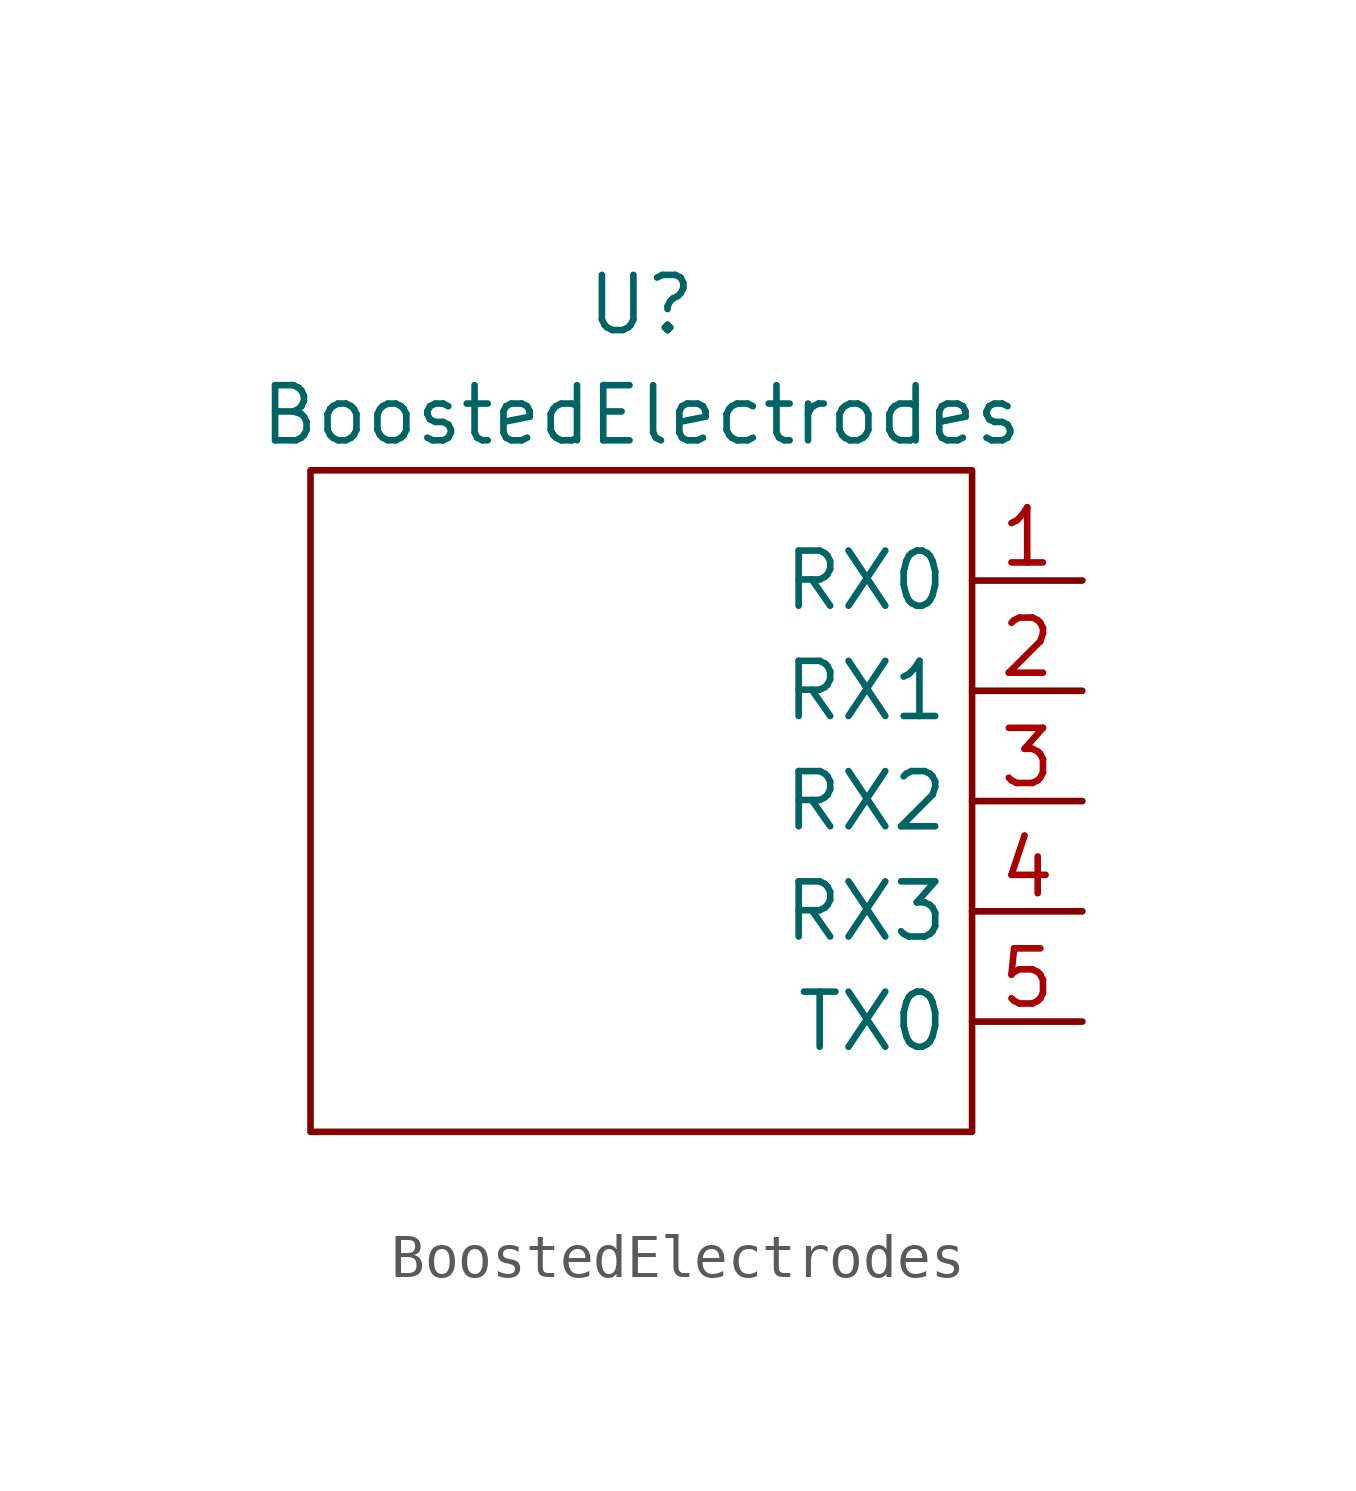
<source format=kicad_sym>
(kicad_symbol_lib
  (version 20211014)
  (generator kicad_symbol_editor)
  (symbol "BoostedElectrodes"
    (property "Reference" "U"
      (at 0 3.81 0)
      (effects (font (size 1.27 1.27))))
    (property "Value" "BoostedElectrodes"
      (at 0 1.27 0)
      (effects (font (size 1.27 1.27))))
    (symbol "BoostedElectrodes_0_1"
      (rectangle (start -7.62 0) (end 7.62 -15.24) (stroke (width 0.152) (type default) (color 0 0 0 0)) (fill (type none))))
    (symbol "BoostedElectrodes_1_1"
      (pin bidirectional line (at 10.16 -2.54 180) (length 2.54) (name "RX0" (effects (font (size 1.27 1.27)))) (number "1" (effects (font (size 1.27 1.27)))))
      (pin bidirectional line (at 10.16 -5.08 180) (length 2.54) (name "RX1" (effects (font (size 1.27 1.27)))) (number "2" (effects (font (size 1.27 1.27)))))
      (pin bidirectional line (at 10.16 -7.62 180) (length 2.54) (name "RX2" (effects (font (size 1.27 1.27)))) (number "3" (effects (font (size 1.27 1.27)))))
      (pin bidirectional line (at 10.16 -10.16 180) (length 2.54) (name "RX3" (effects (font (size 1.27 1.27)))) (number "4" (effects (font (size 1.27 1.27)))))
      (pin bidirectional line (at 10.16 -12.7 180) (length 2.54) (name "TX0" (effects (font (size 1.27 1.27)))) (number "5" (effects (font (size 1.27 1.27))))))))
</source>
